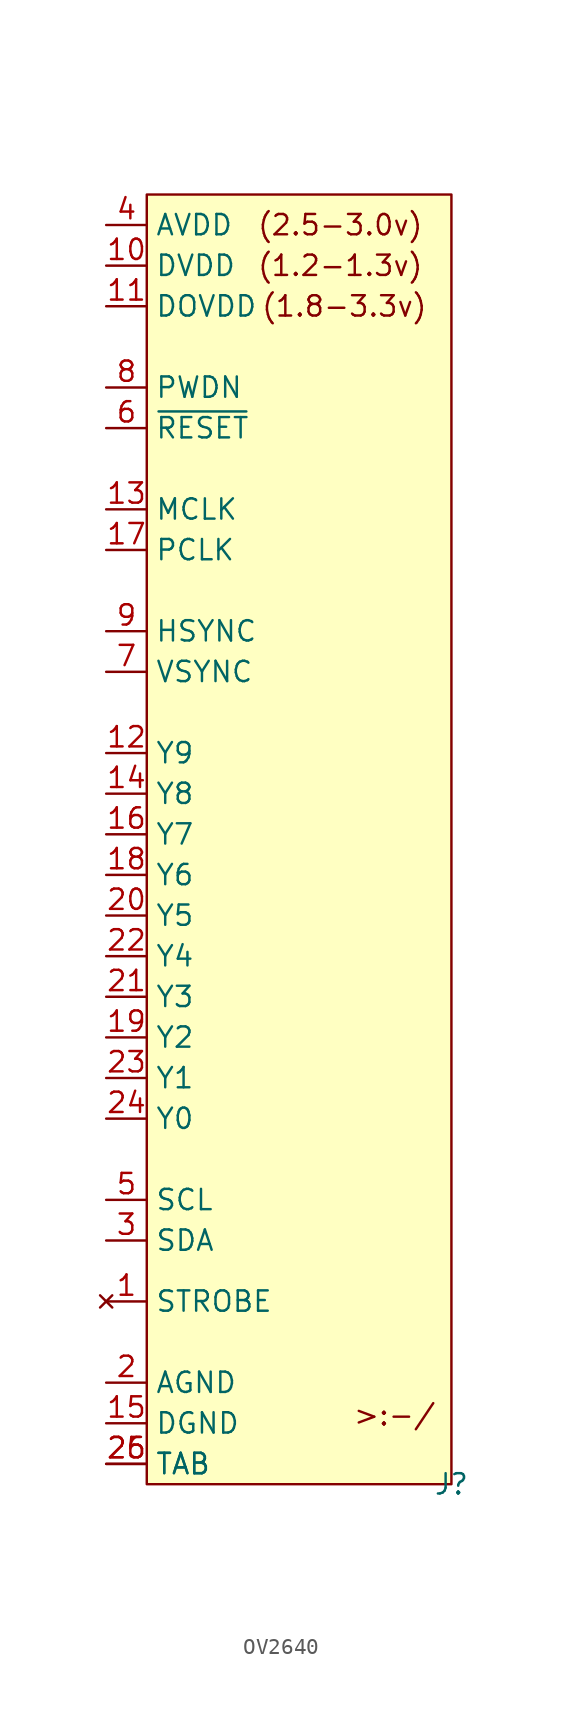
<source format=kicad_sym>
(kicad_symbol_lib
  (version 20231120)
  (generator "kicad_symbol_editor")
  (generator_version "8.0")
  (symbol "OV2640"
    (property "Reference" "J"
      (at 0 0 0)
      (effects (font (size 1.27 1.27))))
    (property "Value" ""
      (at 0 0 0)
      (effects (font (size 1.27 1.27))))
    (symbol "OV2640_1_1"
      (rectangle (start -19.05 80.645) (end 0 0) (stroke (width 0) (type default)) (fill (type background)))
      (text "(1.2-1.3v)" (at -12.192 76.2 0) (effects (font (size 1.27 1.27)) (justify left)))
      (text "(1.8-3.3v)" (at -11.938 73.66 0) (effects (font (size 1.27 1.27)) (justify left)))
      (text "(2.5-3.0v)" (at -12.192 78.74 0) (effects (font (size 1.27 1.27)) (justify left)))
      (text ">:-/" (at -3.556 4.318 0) (effects (font (size 1.27 1.27))))
      (pin no_connect line (at -21.59 11.43 0) (length 2.54) (name "STROBE" (effects (font (size 1.27 1.27)))) (number "1" (effects (font (size 1.27 1.27)))))
      (pin power_in line (at -21.59 76.2 0) (length 2.54) (name "DVDD" (effects (font (size 1.27 1.27)))) (number "10" (effects (font (size 1.27 1.27)))))
      (pin power_in line (at -21.59 73.66 0) (length 2.54) (name "DOVDD" (effects (font (size 1.27 1.27)))) (number "11" (effects (font (size 1.27 1.27)))))
      (pin output line (at -21.59 45.72 0) (length 2.54) (name "Y9" (effects (font (size 1.27 1.27)))) (number "12" (effects (font (size 1.27 1.27)))))
      (pin input line (at -21.59 60.96 0) (length 2.54) (name "MCLK" (effects (font (size 1.27 1.27)))) (number "13" (effects (font (size 1.27 1.27)))))
      (pin output line (at -21.59 43.18 0) (length 2.54) (name "Y8" (effects (font (size 1.27 1.27)))) (number "14" (effects (font (size 1.27 1.27)))))
      (pin power_in line (at -21.59 3.81 0) (length 2.54) (name "DGND" (effects (font (size 1.27 1.27)))) (number "15" (effects (font (size 1.27 1.27)))))
      (pin output line (at -21.59 40.64 0) (length 2.54) (name "Y7" (effects (font (size 1.27 1.27)))) (number "16" (effects (font (size 1.27 1.27)))))
      (pin output line (at -21.59 58.42 0) (length 2.54) (name "PCLK" (effects (font (size 1.27 1.27)))) (number "17" (effects (font (size 1.27 1.27)))))
      (pin output line (at -21.59 38.1 0) (length 2.54) (name "Y6" (effects (font (size 1.27 1.27)))) (number "18" (effects (font (size 1.27 1.27)))))
      (pin output line (at -21.59 27.94 0) (length 2.54) (name "Y2" (effects (font (size 1.27 1.27)))) (number "19" (effects (font (size 1.27 1.27)))))
      (pin power_in line (at -21.59 6.35 0) (length 2.54) (name "AGND" (effects (font (size 1.27 1.27)))) (number "2" (effects (font (size 1.27 1.27)))))
      (pin output line (at -21.59 35.56 0) (length 2.54) (name "Y5" (effects (font (size 1.27 1.27)))) (number "20" (effects (font (size 1.27 1.27)))))
      (pin output line (at -21.59 30.48 0) (length 2.54) (name "Y3" (effects (font (size 1.27 1.27)))) (number "21" (effects (font (size 1.27 1.27)))))
      (pin output line (at -21.59 33.02 0) (length 2.54) (name "Y4" (effects (font (size 1.27 1.27)))) (number "22" (effects (font (size 1.27 1.27)))))
      (pin output line (at -21.59 25.4 0) (length 2.54) (name "Y1" (effects (font (size 1.27 1.27)))) (number "23" (effects (font (size 1.27 1.27)))))
      (pin output line (at -21.59 22.86 0) (length 2.54) (name "Y0" (effects (font (size 1.27 1.27)))) (number "24" (effects (font (size 1.27 1.27)))))
      (pin power_in line (at -21.59 1.27 0) (length 2.54) (name "TAB" (effects (font (size 1.27 1.27)))) (number "25" (effects (font (size 1.27 1.27)))))
      (pin power_in line (at -21.59 1.27 0) (length 2.54) (name "TAB" (effects (font (size 1.27 1.27)))) (number "26" (effects (font (size 1.27 1.27)))))
      (pin bidirectional line (at -21.59 15.24 0) (length 2.54) (name "SDA" (effects (font (size 1.27 1.27)))) (number "3" (effects (font (size 1.27 1.27)))))
      (pin power_in line (at -21.59 78.74 0) (length 2.54) (name "AVDD" (effects (font (size 1.27 1.27)))) (number "4" (effects (font (size 1.27 1.27)))))
      (pin input line (at -21.59 17.78 0) (length 2.54) (name "SCL" (effects (font (size 1.27 1.27)))) (number "5" (effects (font (size 1.27 1.27)))))
      (pin input line (at -21.59 66.04 0) (length 2.54) (name "~{RESET}" (effects (font (size 1.27 1.27)))) (number "6" (effects (font (size 1.27 1.27)))))
      (pin output line (at -21.59 50.8 0) (length 2.54) (name "VSYNC" (effects (font (size 1.27 1.27)))) (number "7" (effects (font (size 1.27 1.27)))))
      (pin input line (at -21.59 68.58 0) (length 2.54) (name "PWDN" (effects (font (size 1.27 1.27)))) (number "8" (effects (font (size 1.27 1.27)))))
      (pin output line (at -21.59 53.34 0) (length 2.54) (name "HSYNC" (effects (font (size 1.27 1.27)))) (number "9" (effects (font (size 1.27 1.27))))))))
</source>
